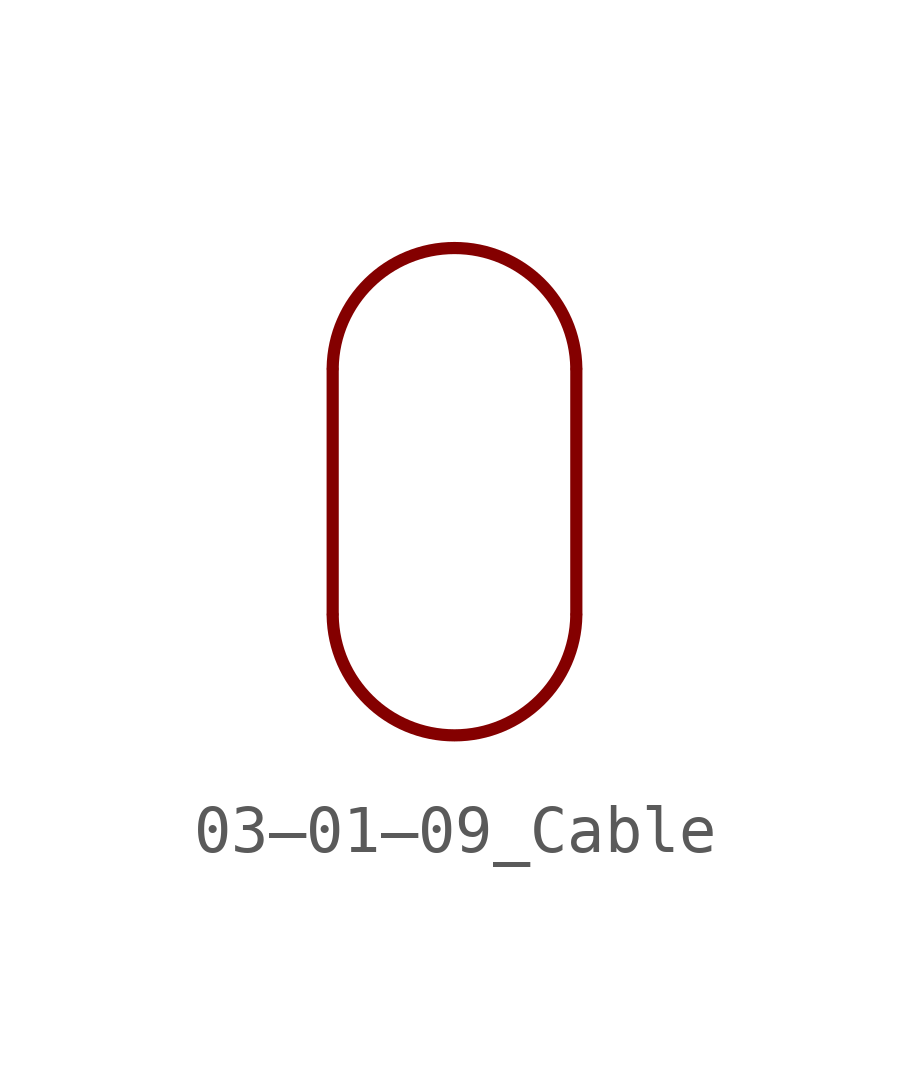
<source format=kicad_sym>
(kicad_symbol_lib
  (version 20201005)
  (generator kicad_symbol_editor)
  (symbol "Symbol_IEC_60617-3:03–01–09_Cable"
    (pin_numbers hide)
    (pin_names
      (offset 0) hide)
    (property "Reference" "#SYM"
      (at 0 10.16 0)
      (effects (font (size 1.27 1.27)) hide))
    (symbol "03–01–09_Cable_0_1"
      (arc (start -2.54 2.579) (end 2.54 2.579) (radius (at 0 2.54) (length 2.5403) (angles 179.1 0.9)) (stroke (width 0.254)) (fill (type none)))
      (arc (start -2.54 -2.579) (end 2.54 -2.579) (radius (at 0 -2.54) (length 2.5403) (angles -179.1 -0.9)) (stroke (width 0.254)) (fill (type none)))
      (polyline (pts (xy 2.54 -2.54) (xy 2.54 2.54)) (stroke (width 0.254)) (fill (type none)))
      (polyline (pts (xy -2.54 -2.54) (xy -2.54 2.54)) (stroke (width 0.254)) (fill (type none))))))
</source>
